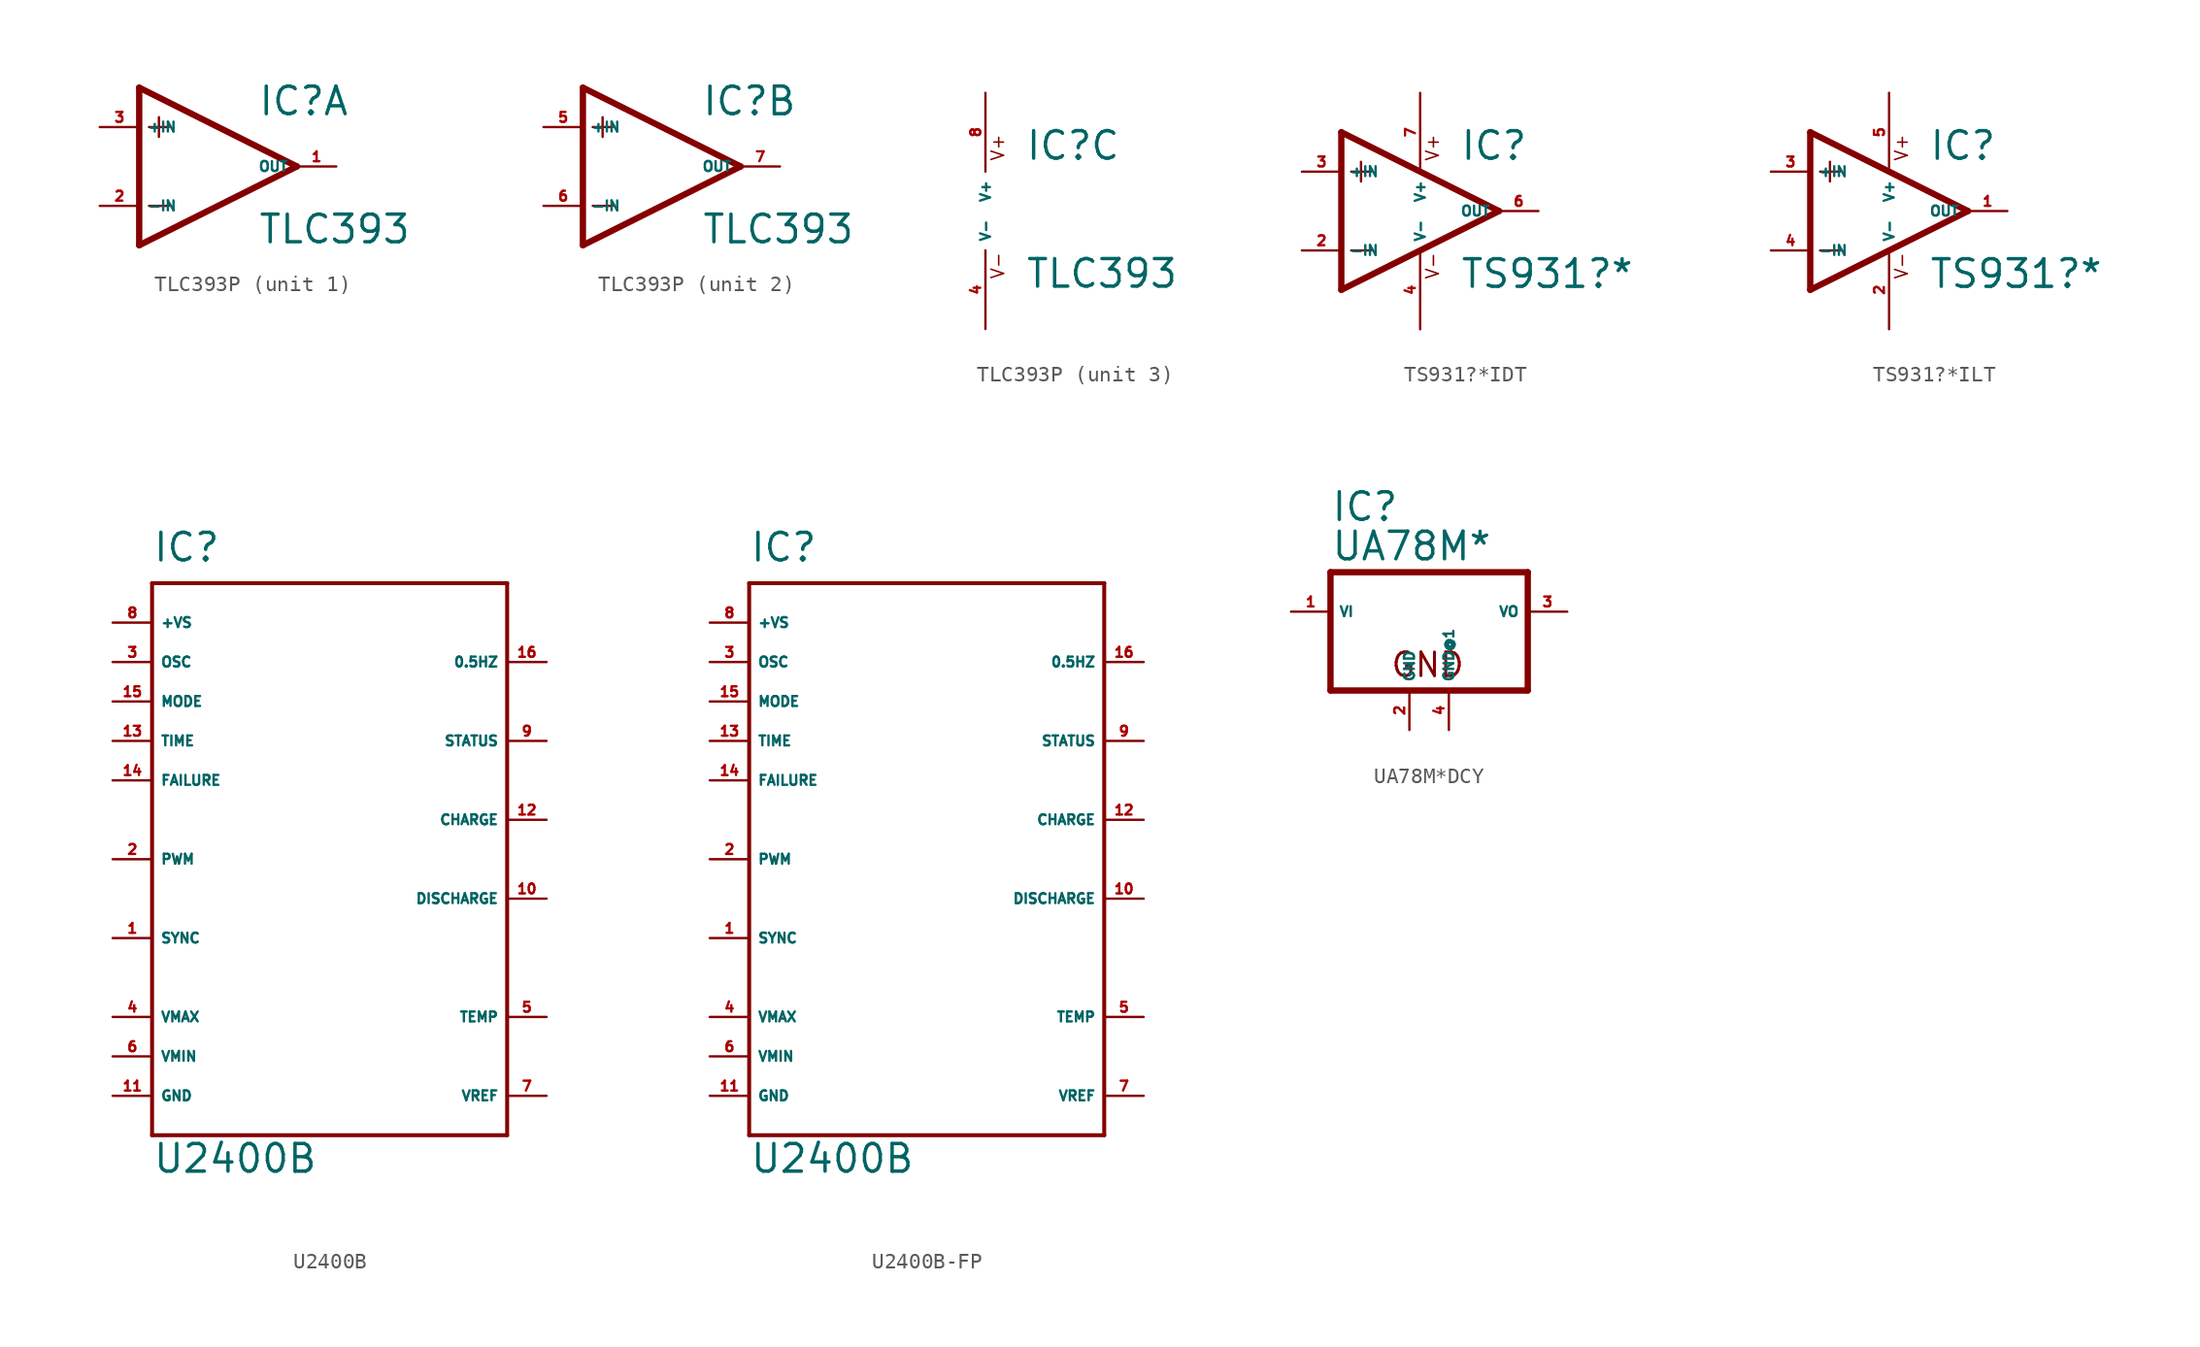
<source format=kicad_sym>
(kicad_symbol_lib
  (version 20220914)
  (generator Eagle2Kicad)
  (symbol "TLC393P"
    (property "Reference" "IC"
      (at 2.54 3.175 0)
      (effects (font (size 1.778 1.778) (thickness 0.22)) (justify left bottom)))
    (property "Value" "TLC393"
      (at 2.54 -5.08 0)
      (effects (font (size 1.778 1.778) (thickness 0.22)) (justify left bottom)))
    (symbol "TLC393P_1_0"
      (polyline (pts (xy -5.08 5.08) (xy -5.08 -5.08)) (stroke (width 0.406) (type default)) (fill (type none)))
      (polyline (pts (xy -5.08 -5.08) (xy 5.08 0)) (stroke (width 0.406) (type default)) (fill (type none)))
      (polyline (pts (xy 5.08 0) (xy -5.08 5.08)) (stroke (width 0.406) (type default)) (fill (type none)))
      (polyline (pts (xy -3.81 3.175) (xy -3.81 1.905)) (stroke (width 0.152) (type default)) (fill (type none)))
      (polyline (pts (xy -4.445 2.54) (xy -3.175 2.54)) (stroke (width 0.152) (type default)) (fill (type none)))
      (polyline (pts (xy -4.445 -2.54) (xy -3.175 -2.54)) (stroke (width 0.152) (type default)) (fill (type none)))
      (pin input line (at -7.62 -2.54 0) (length 2.54) (name "-IN" (effects (font (size 0.635 0.635) (thickness 0.08)) (justify left bottom))) (number "2" (effects (font (size 0.635 0.635) (thickness 0.08)) (justify left bottom))))
      (pin input line (at -7.62 2.54 0) (length 2.54) (name "+IN" (effects (font (size 0.635 0.635) (thickness 0.08)) (justify left bottom))) (number "3" (effects (font (size 0.635 0.635) (thickness 0.08)) (justify left bottom))))
      (pin output line (at 7.62 0 180) (length 2.54) (name "OUT" (effects (font (size 0.635 0.635) (thickness 0.08)) (justify left bottom))) (number "1" (effects (font (size 0.635 0.635) (thickness 0.08)) (justify left bottom)))))
    (symbol "TLC393P_2_0"
      (polyline (pts (xy -5.08 5.08) (xy -5.08 -5.08)) (stroke (width 0.406) (type default)) (fill (type none)))
      (polyline (pts (xy -5.08 -5.08) (xy 5.08 0)) (stroke (width 0.406) (type default)) (fill (type none)))
      (polyline (pts (xy 5.08 0) (xy -5.08 5.08)) (stroke (width 0.406) (type default)) (fill (type none)))
      (polyline (pts (xy -3.81 3.175) (xy -3.81 1.905)) (stroke (width 0.152) (type default)) (fill (type none)))
      (polyline (pts (xy -4.445 2.54) (xy -3.175 2.54)) (stroke (width 0.152) (type default)) (fill (type none)))
      (polyline (pts (xy -4.445 -2.54) (xy -3.175 -2.54)) (stroke (width 0.152) (type default)) (fill (type none)))
      (pin input line (at -7.62 -2.54 0) (length 2.54) (name "-IN" (effects (font (size 0.635 0.635) (thickness 0.08)) (justify left bottom))) (number "6" (effects (font (size 0.635 0.635) (thickness 0.08)) (justify left bottom))))
      (pin input line (at -7.62 2.54 0) (length 2.54) (name "+IN" (effects (font (size 0.635 0.635) (thickness 0.08)) (justify left bottom))) (number "5" (effects (font (size 0.635 0.635) (thickness 0.08)) (justify left bottom))))
      (pin output line (at 7.62 0 180) (length 2.54) (name "OUT" (effects (font (size 0.635 0.635) (thickness 0.08)) (justify left bottom))) (number "7" (effects (font (size 0.635 0.635) (thickness 0.08)) (justify left bottom)))))
    (symbol "TLC393P_3_0"
      (text "V+" (at 1.27 3.175 900) (effects (font (size 0.813 0.813) (thickness 0.10)) (justify left bottom)))
      (text "V-" (at 1.27 -4.445 900) (effects (font (size 0.813 0.813) (thickness 0.10)) (justify left bottom)))
      (pin unspecified line (at 0 7.62 270) (length 5.08) (name "V+" (effects (font (size 0.635 0.635) (thickness 0.08)) (justify left bottom))) (number "8" (effects (font (size 0.635 0.635) (thickness 0.08)) (justify left bottom))))
      (pin unspecified line (at 0 -7.62 90) (length 5.08) (name "V-" (effects (font (size 0.635 0.635) (thickness 0.08)) (justify left bottom))) (number "4" (effects (font (size 0.635 0.635) (thickness 0.08)) (justify left bottom))))))
  (symbol "TS931?*IDT"
    (property "Reference" "IC"
      (at 2.54 3.175 0)
      (effects (font (size 1.778 1.778) (thickness 0.22)) (justify left bottom)))
    (property "Value" "TS931?*"
      (at 2.54 -5.08 0)
      (effects (font (size 1.778 1.778) (thickness 0.22)) (justify left bottom)))
    (polyline
      (pts (xy -5.08 5.08) (xy -5.08 -5.08))
      (stroke (width 0.406) (type default))
      (fill (type none)))
    (polyline
      (pts (xy -5.08 -5.08) (xy 5.08 0))
      (stroke (width 0.406) (type default))
      (fill (type none)))
    (polyline
      (pts (xy 5.08 0) (xy -5.08 5.08))
      (stroke (width 0.406) (type default))
      (fill (type none)))
    (polyline
      (pts (xy -3.81 3.175) (xy -3.81 1.905))
      (stroke (width 0.152) (type default))
      (fill (type none)))
    (polyline
      (pts (xy -4.445 2.54) (xy -3.175 2.54))
      (stroke (width 0.152) (type default))
      (fill (type none)))
    (polyline
      (pts (xy -4.445 -2.54) (xy -3.175 -2.54))
      (stroke (width 0.152) (type default))
      (fill (type none)))
    (text "V+"
      (at 1.27 3.175 900)
      (effects (font (size 0.813 0.813) (thickness 0.10)) (justify left bottom)))
    (text "V-"
      (at 1.27 -4.445 900)
      (effects (font (size 0.813 0.813) (thickness 0.10)) (justify left bottom)))
    (pin input line
      (at -7.62 -2.54 0)
      (length 2.54)
      (name "-IN" (effects (font (size 0.635 0.635) (thickness 0.08)) (justify left bottom)))
      (number "2" (effects (font (size 0.635 0.635) (thickness 0.08)) (justify left bottom))))
    (pin input line
      (at -7.62 2.54 0)
      (length 2.54)
      (name "+IN" (effects (font (size 0.635 0.635) (thickness 0.08)) (justify left bottom)))
      (number "3" (effects (font (size 0.635 0.635) (thickness 0.08)) (justify left bottom))))
    (pin output line
      (at 7.62 0 180)
      (length 2.54)
      (name "OUT" (effects (font (size 0.635 0.635) (thickness 0.08)) (justify left bottom)))
      (number "6" (effects (font (size 0.635 0.635) (thickness 0.08)) (justify left bottom))))
    (pin unspecified line
      (at 0 7.62 270)
      (length 5.08)
      (name "V+" (effects (font (size 0.635 0.635) (thickness 0.08)) (justify left bottom)))
      (number "7" (effects (font (size 0.635 0.635) (thickness 0.08)) (justify left bottom))))
    (pin unspecified line
      (at 0 -7.62 90)
      (length 5.08)
      (name "V-" (effects (font (size 0.635 0.635) (thickness 0.08)) (justify left bottom)))
      (number "4" (effects (font (size 0.635 0.635) (thickness 0.08)) (justify left bottom)))))
  (symbol "TS931?*ILT"
    (property "Reference" "IC"
      (at 2.54 3.175 0)
      (effects (font (size 1.778 1.778) (thickness 0.22)) (justify left bottom)))
    (property "Value" "TS931?*"
      (at 2.54 -5.08 0)
      (effects (font (size 1.778 1.778) (thickness 0.22)) (justify left bottom)))
    (polyline
      (pts (xy -5.08 5.08) (xy -5.08 -5.08))
      (stroke (width 0.406) (type default))
      (fill (type none)))
    (polyline
      (pts (xy -5.08 -5.08) (xy 5.08 0))
      (stroke (width 0.406) (type default))
      (fill (type none)))
    (polyline
      (pts (xy 5.08 0) (xy -5.08 5.08))
      (stroke (width 0.406) (type default))
      (fill (type none)))
    (polyline
      (pts (xy -3.81 3.175) (xy -3.81 1.905))
      (stroke (width 0.152) (type default))
      (fill (type none)))
    (polyline
      (pts (xy -4.445 2.54) (xy -3.175 2.54))
      (stroke (width 0.152) (type default))
      (fill (type none)))
    (polyline
      (pts (xy -4.445 -2.54) (xy -3.175 -2.54))
      (stroke (width 0.152) (type default))
      (fill (type none)))
    (text "V+"
      (at 1.27 3.175 900)
      (effects (font (size 0.813 0.813) (thickness 0.10)) (justify left bottom)))
    (text "V-"
      (at 1.27 -4.445 900)
      (effects (font (size 0.813 0.813) (thickness 0.10)) (justify left bottom)))
    (pin input line
      (at -7.62 -2.54 0)
      (length 2.54)
      (name "-IN" (effects (font (size 0.635 0.635) (thickness 0.08)) (justify left bottom)))
      (number "4" (effects (font (size 0.635 0.635) (thickness 0.08)) (justify left bottom))))
    (pin input line
      (at -7.62 2.54 0)
      (length 2.54)
      (name "+IN" (effects (font (size 0.635 0.635) (thickness 0.08)) (justify left bottom)))
      (number "3" (effects (font (size 0.635 0.635) (thickness 0.08)) (justify left bottom))))
    (pin output line
      (at 7.62 0 180)
      (length 2.54)
      (name "OUT" (effects (font (size 0.635 0.635) (thickness 0.08)) (justify left bottom)))
      (number "1" (effects (font (size 0.635 0.635) (thickness 0.08)) (justify left bottom))))
    (pin unspecified line
      (at 0 7.62 270)
      (length 5.08)
      (name "V+" (effects (font (size 0.635 0.635) (thickness 0.08)) (justify left bottom)))
      (number "5" (effects (font (size 0.635 0.635) (thickness 0.08)) (justify left bottom))))
    (pin unspecified line
      (at 0 -7.62 90)
      (length 5.08)
      (name "V-" (effects (font (size 0.635 0.635) (thickness 0.08)) (justify left bottom)))
      (number "2" (effects (font (size 0.635 0.635) (thickness 0.08)) (justify left bottom)))))
  (symbol "U2400B"
    (property "Reference" "IC"
      (at -10.16 19.05 0)
      (effects (font (size 1.778 1.778) (thickness 0.22)) (justify left bottom)))
    (property "Value" "U2400B"
      (at -10.16 -20.32 0)
      (effects (font (size 1.778 1.778) (thickness 0.22)) (justify left bottom)))
    (polyline
      (pts (xy -10.16 17.78) (xy 12.7 17.78))
      (stroke (width 0.254) (type default))
      (fill (type none)))
    (polyline
      (pts (xy 12.7 17.78) (xy 12.7 -17.78))
      (stroke (width 0.254) (type default))
      (fill (type none)))
    (polyline
      (pts (xy 12.7 -17.78) (xy -10.16 -17.78))
      (stroke (width 0.254) (type default))
      (fill (type none)))
    (polyline
      (pts (xy -10.16 -17.78) (xy -10.16 17.78))
      (stroke (width 0.254) (type default))
      (fill (type none)))
    (pin unspecified line
      (at -12.7 15.24 0)
      (length 2.54)
      (name "+VS" (effects (font (size 0.635 0.635) (thickness 0.08)) (justify left bottom)))
      (number "8" (effects (font (size 0.635 0.635) (thickness 0.08)) (justify left bottom))))
    (pin input line
      (at 15.24 -15.24 180)
      (length 2.54)
      (name "VREF" (effects (font (size 0.635 0.635) (thickness 0.08)) (justify left bottom)))
      (number "7" (effects (font (size 0.635 0.635) (thickness 0.08)) (justify left bottom))))
    (pin input line
      (at -12.7 -10.16 0)
      (length 2.54)
      (name "VMAX" (effects (font (size 0.635 0.635) (thickness 0.08)) (justify left bottom)))
      (number "4" (effects (font (size 0.635 0.635) (thickness 0.08)) (justify left bottom))))
    (pin input line
      (at -12.7 -12.7 0)
      (length 2.54)
      (name "VMIN" (effects (font (size 0.635 0.635) (thickness 0.08)) (justify left bottom)))
      (number "6" (effects (font (size 0.635 0.635) (thickness 0.08)) (justify left bottom))))
    (pin input line
      (at 15.24 -10.16 180)
      (length 2.54)
      (name "TEMP" (effects (font (size 0.635 0.635) (thickness 0.08)) (justify left bottom)))
      (number "5" (effects (font (size 0.635 0.635) (thickness 0.08)) (justify left bottom))))
    (pin input line
      (at -12.7 0 0)
      (length 2.54)
      (name "PWM" (effects (font (size 0.635 0.635) (thickness 0.08)) (justify left bottom)))
      (number "2" (effects (font (size 0.635 0.635) (thickness 0.08)) (justify left bottom))))
    (pin input line
      (at -12.7 12.7 0)
      (length 2.54)
      (name "OSC" (effects (font (size 0.635 0.635) (thickness 0.08)) (justify left bottom)))
      (number "3" (effects (font (size 0.635 0.635) (thickness 0.08)) (justify left bottom))))
    (pin input line
      (at -12.7 -5.08 0)
      (length 2.54)
      (name "SYNC" (effects (font (size 0.635 0.635) (thickness 0.08)) (justify left bottom)))
      (number "1" (effects (font (size 0.635 0.635) (thickness 0.08)) (justify left bottom))))
    (pin output line
      (at 15.24 7.62 180)
      (length 2.54)
      (name "STATUS" (effects (font (size 0.635 0.635) (thickness 0.08)) (justify left bottom)))
      (number "9" (effects (font (size 0.635 0.635) (thickness 0.08)) (justify left bottom))))
    (pin output line
      (at 15.24 -2.54 180)
      (length 2.54)
      (name "DISCHARGE" (effects (font (size 0.635 0.635) (thickness 0.08)) (justify left bottom)))
      (number "10" (effects (font (size 0.635 0.635) (thickness 0.08)) (justify left bottom))))
    (pin input line
      (at -12.7 7.62 0)
      (length 2.54)
      (name "TIME" (effects (font (size 0.635 0.635) (thickness 0.08)) (justify left bottom)))
      (number "13" (effects (font (size 0.635 0.635) (thickness 0.08)) (justify left bottom))))
    (pin input line
      (at -12.7 10.16 0)
      (length 2.54)
      (name "MODE" (effects (font (size 0.635 0.635) (thickness 0.08)) (justify left bottom)))
      (number "15" (effects (font (size 0.635 0.635) (thickness 0.08)) (justify left bottom))))
    (pin unspecified line
      (at -12.7 -15.24 0)
      (length 2.54)
      (name "GND" (effects (font (size 0.635 0.635) (thickness 0.08)) (justify left bottom)))
      (number "11" (effects (font (size 0.635 0.635) (thickness 0.08)) (justify left bottom))))
    (pin bidirectional line
      (at 15.24 12.7 180)
      (length 2.54)
      (name "0.5HZ" (effects (font (size 0.635 0.635) (thickness 0.08)) (justify left bottom)))
      (number "16" (effects (font (size 0.635 0.635) (thickness 0.08)) (justify left bottom))))
    (pin input line
      (at -12.7 5.08 0)
      (length 2.54)
      (name "FAILURE" (effects (font (size 0.635 0.635) (thickness 0.08)) (justify left bottom)))
      (number "14" (effects (font (size 0.635 0.635) (thickness 0.08)) (justify left bottom))))
    (pin output line
      (at 15.24 2.54 180)
      (length 2.54)
      (name "CHARGE" (effects (font (size 0.635 0.635) (thickness 0.08)) (justify left bottom)))
      (number "12" (effects (font (size 0.635 0.635) (thickness 0.08)) (justify left bottom)))))
  (symbol "U2400B-FP"
    (property "Reference" "IC"
      (at -10.16 19.05 0)
      (effects (font (size 1.778 1.778) (thickness 0.22)) (justify left bottom)))
    (property "Value" "U2400B"
      (at -10.16 -20.32 0)
      (effects (font (size 1.778 1.778) (thickness 0.22)) (justify left bottom)))
    (polyline
      (pts (xy -10.16 17.78) (xy 12.7 17.78))
      (stroke (width 0.254) (type default))
      (fill (type none)))
    (polyline
      (pts (xy 12.7 17.78) (xy 12.7 -17.78))
      (stroke (width 0.254) (type default))
      (fill (type none)))
    (polyline
      (pts (xy 12.7 -17.78) (xy -10.16 -17.78))
      (stroke (width 0.254) (type default))
      (fill (type none)))
    (polyline
      (pts (xy -10.16 -17.78) (xy -10.16 17.78))
      (stroke (width 0.254) (type default))
      (fill (type none)))
    (pin unspecified line
      (at -12.7 15.24 0)
      (length 2.54)
      (name "+VS" (effects (font (size 0.635 0.635) (thickness 0.08)) (justify left bottom)))
      (number "8" (effects (font (size 0.635 0.635) (thickness 0.08)) (justify left bottom))))
    (pin input line
      (at 15.24 -15.24 180)
      (length 2.54)
      (name "VREF" (effects (font (size 0.635 0.635) (thickness 0.08)) (justify left bottom)))
      (number "7" (effects (font (size 0.635 0.635) (thickness 0.08)) (justify left bottom))))
    (pin input line
      (at -12.7 -10.16 0)
      (length 2.54)
      (name "VMAX" (effects (font (size 0.635 0.635) (thickness 0.08)) (justify left bottom)))
      (number "4" (effects (font (size 0.635 0.635) (thickness 0.08)) (justify left bottom))))
    (pin input line
      (at -12.7 -12.7 0)
      (length 2.54)
      (name "VMIN" (effects (font (size 0.635 0.635) (thickness 0.08)) (justify left bottom)))
      (number "6" (effects (font (size 0.635 0.635) (thickness 0.08)) (justify left bottom))))
    (pin input line
      (at 15.24 -10.16 180)
      (length 2.54)
      (name "TEMP" (effects (font (size 0.635 0.635) (thickness 0.08)) (justify left bottom)))
      (number "5" (effects (font (size 0.635 0.635) (thickness 0.08)) (justify left bottom))))
    (pin input line
      (at -12.7 0 0)
      (length 2.54)
      (name "PWM" (effects (font (size 0.635 0.635) (thickness 0.08)) (justify left bottom)))
      (number "2" (effects (font (size 0.635 0.635) (thickness 0.08)) (justify left bottom))))
    (pin input line
      (at -12.7 12.7 0)
      (length 2.54)
      (name "OSC" (effects (font (size 0.635 0.635) (thickness 0.08)) (justify left bottom)))
      (number "3" (effects (font (size 0.635 0.635) (thickness 0.08)) (justify left bottom))))
    (pin input line
      (at -12.7 -5.08 0)
      (length 2.54)
      (name "SYNC" (effects (font (size 0.635 0.635) (thickness 0.08)) (justify left bottom)))
      (number "1" (effects (font (size 0.635 0.635) (thickness 0.08)) (justify left bottom))))
    (pin output line
      (at 15.24 7.62 180)
      (length 2.54)
      (name "STATUS" (effects (font (size 0.635 0.635) (thickness 0.08)) (justify left bottom)))
      (number "9" (effects (font (size 0.635 0.635) (thickness 0.08)) (justify left bottom))))
    (pin output line
      (at 15.24 -2.54 180)
      (length 2.54)
      (name "DISCHARGE" (effects (font (size 0.635 0.635) (thickness 0.08)) (justify left bottom)))
      (number "10" (effects (font (size 0.635 0.635) (thickness 0.08)) (justify left bottom))))
    (pin input line
      (at -12.7 7.62 0)
      (length 2.54)
      (name "TIME" (effects (font (size 0.635 0.635) (thickness 0.08)) (justify left bottom)))
      (number "13" (effects (font (size 0.635 0.635) (thickness 0.08)) (justify left bottom))))
    (pin input line
      (at -12.7 10.16 0)
      (length 2.54)
      (name "MODE" (effects (font (size 0.635 0.635) (thickness 0.08)) (justify left bottom)))
      (number "15" (effects (font (size 0.635 0.635) (thickness 0.08)) (justify left bottom))))
    (pin unspecified line
      (at -12.7 -15.24 0)
      (length 2.54)
      (name "GND" (effects (font (size 0.635 0.635) (thickness 0.08)) (justify left bottom)))
      (number "11" (effects (font (size 0.635 0.635) (thickness 0.08)) (justify left bottom))))
    (pin bidirectional line
      (at 15.24 12.7 180)
      (length 2.54)
      (name "0.5HZ" (effects (font (size 0.635 0.635) (thickness 0.08)) (justify left bottom)))
      (number "16" (effects (font (size 0.635 0.635) (thickness 0.08)) (justify left bottom))))
    (pin input line
      (at -12.7 5.08 0)
      (length 2.54)
      (name "FAILURE" (effects (font (size 0.635 0.635) (thickness 0.08)) (justify left bottom)))
      (number "14" (effects (font (size 0.635 0.635) (thickness 0.08)) (justify left bottom))))
    (pin output line
      (at 15.24 2.54 180)
      (length 2.54)
      (name "CHARGE" (effects (font (size 0.635 0.635) (thickness 0.08)) (justify left bottom)))
      (number "12" (effects (font (size 0.635 0.635) (thickness 0.08)) (justify left bottom)))))
  (symbol "UA78M*DCY"
    (property "Reference" "IC"
      (at -5.08 5.715 0)
      (effects (font (size 1.778 1.778) (thickness 0.22)) (justify left bottom)))
    (property "Value" "UA78M*"
      (at -5.08 3.175 0)
      (effects (font (size 1.778 1.778) (thickness 0.22)) (justify left bottom)))
    (polyline
      (pts (xy -5.08 -5.08) (xy 7.62 -5.08))
      (stroke (width 0.406) (type default))
      (fill (type none)))
    (polyline
      (pts (xy 7.62 -5.08) (xy 7.62 2.54))
      (stroke (width 0.406) (type default))
      (fill (type none)))
    (polyline
      (pts (xy 7.62 2.54) (xy -5.08 2.54))
      (stroke (width 0.406) (type default))
      (fill (type none)))
    (polyline
      (pts (xy -5.08 2.54) (xy -5.08 -5.08))
      (stroke (width 0.406) (type default))
      (fill (type none)))
    (text "GND"
      (at -1.27 -4.318 0)
      (effects (font (size 1.524 1.524) (thickness 0.19)) (justify left bottom)))
    (pin input line
      (at -7.62 0 0)
      (length 2.54)
      (name "VI" (effects (font (size 0.635 0.635) (thickness 0.08)) (justify left bottom)))
      (number "1" (effects (font (size 0.635 0.635) (thickness 0.08)) (justify left bottom))))
    (pin passive line
      (at 0 -7.62 90)
      (length 2.54)
      (name "GND" (effects (font (size 0.635 0.635) (thickness 0.08)) (justify left bottom)))
      (number "2" (effects (font (size 0.635 0.635) (thickness 0.08)) (justify left bottom))))
    (pin passive line
      (at 10.16 0 180)
      (length 2.54)
      (name "VO" (effects (font (size 0.635 0.635) (thickness 0.08)) (justify left bottom)))
      (number "3" (effects (font (size 0.635 0.635) (thickness 0.08)) (justify left bottom))))
    (pin passive line
      (at 2.54 -7.62 90)
      (length 2.54)
      (name "GND@1" (effects (font (size 0.635 0.635) (thickness 0.08)) (justify left bottom)))
      (number "4" (effects (font (size 0.635 0.635) (thickness 0.08)) (justify left bottom))))))
</source>
